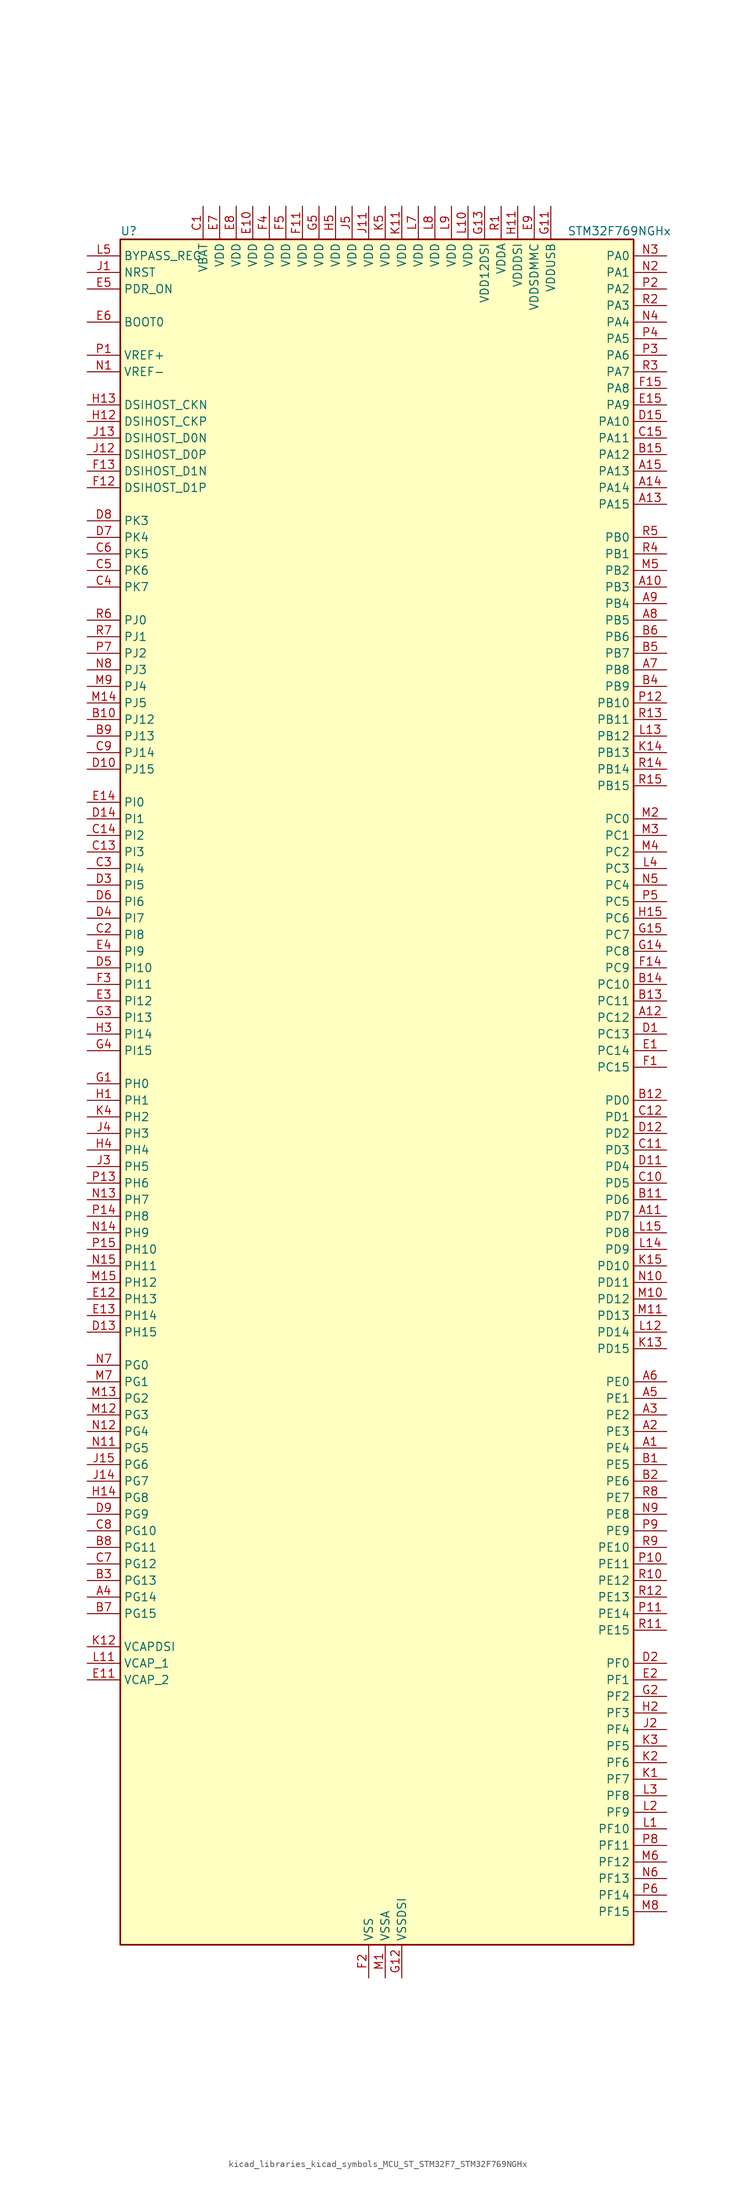
<source format=kicad_sym>
(kicad_symbol_lib
  (version 20220914)
  (generator kicad_symbol_editor)
  (symbol "kicad_libraries_kicad_symbols_MCU_ST_STM32F7_STM32F769NGHx"
    (property "Reference" "U"
      (at -38.1 133.35 0)
      (effects (font (size 1.27 1.27)) (justify left)))
    (property "Value" "STM32F769NGHx"
      (at 30.48 133.35 0)
      (effects (font (size 1.27 1.27)) (justify left)))
    (property "ki_locked" ""
      (at 0 0 0)
      (effects (font (size 1.27 1.27))))
    (symbol "kicad_libraries_kicad_symbols_MCU_ST_STM32F7_STM32F769NGHx_0_1"
      (rectangle (start -38.1 -129.54) (end 40.64 132.08) (stroke (width 0.254) (type default)) (fill (type background))))
    (symbol "kicad_libraries_kicad_symbols_MCU_ST_STM32F7_STM32F769NGHx_1_1"
      (pin bidirectional line (at 45.72 -53.34 180) (length 5.08) (name "PE4" (effects (font (size 1.27 1.27)))) (number "A1" (effects (font (size 1.27 1.27)))) (alternate "DCMI_D4" bidirectional line) (alternate "DFSDM1_DATIN3" bidirectional line) (alternate "FMC_A20" bidirectional line) (alternate "LTDC_B0" bidirectional line) (alternate "SAI1_FS_A" bidirectional line) (alternate "SPI4_NSS" bidirectional line) (alternate "SYS_TRACED1" bidirectional line))
      (pin bidirectional line (at 45.72 78.74 180) (length 5.08) (name "PB3" (effects (font (size 1.27 1.27)))) (number "A10" (effects (font (size 1.27 1.27)))) (alternate "CAN3_RX" bidirectional line) (alternate "I2S1_CK" bidirectional line) (alternate "I2S3_CK" bidirectional line) (alternate "SDMMC2_D2" bidirectional line) (alternate "SPI1_SCK" bidirectional line) (alternate "SPI3_SCK" bidirectional line) (alternate "SPI6_SCK" bidirectional line) (alternate "SYS_JTDO-SWO" bidirectional line) (alternate "TIM2_CH2" bidirectional line) (alternate "UART7_RX" bidirectional line))
      (pin bidirectional line (at 45.72 -17.78 180) (length 5.08) (name "PD7" (effects (font (size 1.27 1.27)))) (number "A11" (effects (font (size 1.27 1.27)))) (alternate "DFSDM1_CKIN1" bidirectional line) (alternate "DFSDM1_DATIN4" bidirectional line) (alternate "FMC_NE1" bidirectional line) (alternate "I2S1_SD" bidirectional line) (alternate "SDMMC2_CMD" bidirectional line) (alternate "SPDIFRX_IN0" bidirectional line) (alternate "SPI1_MOSI" bidirectional line) (alternate "USART2_CK" bidirectional line))
      (pin bidirectional line (at 45.72 12.7 180) (length 5.08) (name "PC12" (effects (font (size 1.27 1.27)))) (number "A12" (effects (font (size 1.27 1.27)))) (alternate "DCMI_D9" bidirectional line) (alternate "I2S3_SD" bidirectional line) (alternate "SDMMC1_CK" bidirectional line) (alternate "SPI3_MOSI" bidirectional line) (alternate "SYS_TRACED3" bidirectional line) (alternate "UART5_TX" bidirectional line) (alternate "USART3_CK" bidirectional line))
      (pin bidirectional line (at 45.72 91.44 180) (length 5.08) (name "PA15" (effects (font (size 1.27 1.27)))) (number "A13" (effects (font (size 1.27 1.27)))) (alternate "CAN3_TX" bidirectional line) (alternate "CEC" bidirectional line) (alternate "I2S1_WS" bidirectional line) (alternate "I2S3_WS" bidirectional line) (alternate "SPI1_NSS" bidirectional line) (alternate "SPI3_NSS" bidirectional line) (alternate "SPI6_NSS" bidirectional line) (alternate "SYS_JTDI" bidirectional line) (alternate "TIM2_CH1" bidirectional line) (alternate "TIM2_ETR" bidirectional line) (alternate "UART4_DE" bidirectional line) (alternate "UART4_RTS" bidirectional line) (alternate "UART7_TX" bidirectional line))
      (pin bidirectional line (at 45.72 93.98 180) (length 5.08) (name "PA14" (effects (font (size 1.27 1.27)))) (number "A14" (effects (font (size 1.27 1.27)))) (alternate "SYS_JTCK-SWCLK" bidirectional line))
      (pin bidirectional line (at 45.72 96.52 180) (length 5.08) (name "PA13" (effects (font (size 1.27 1.27)))) (number "A15" (effects (font (size 1.27 1.27)))) (alternate "SYS_JTMS-SWDIO" bidirectional line))
      (pin bidirectional line (at 45.72 -50.8 180) (length 5.08) (name "PE3" (effects (font (size 1.27 1.27)))) (number "A2" (effects (font (size 1.27 1.27)))) (alternate "FMC_A19" bidirectional line) (alternate "SAI1_SD_B" bidirectional line) (alternate "SYS_TRACED0" bidirectional line))
      (pin bidirectional line (at 45.72 -48.26 180) (length 5.08) (name "PE2" (effects (font (size 1.27 1.27)))) (number "A3" (effects (font (size 1.27 1.27)))) (alternate "ETH_TXD3" bidirectional line) (alternate "FMC_A23" bidirectional line) (alternate "QUADSPI_BK1_IO2" bidirectional line) (alternate "SAI1_MCLK_A" bidirectional line) (alternate "SPI4_SCK" bidirectional line) (alternate "SYS_TRACECLK" bidirectional line))
      (pin bidirectional line (at -43.18 -76.2 0) (length 5.08) (name "PG14" (effects (font (size 1.27 1.27)))) (number "A4" (effects (font (size 1.27 1.27)))) (alternate "ETH_TXD1" bidirectional line) (alternate "FMC_A25" bidirectional line) (alternate "LPTIM1_ETR" bidirectional line) (alternate "LTDC_B0" bidirectional line) (alternate "QUADSPI_BK2_IO3" bidirectional line) (alternate "SPI6_MOSI" bidirectional line) (alternate "SYS_TRACED1" bidirectional line) (alternate "USART6_TX" bidirectional line))
      (pin bidirectional line (at 45.72 -45.72 180) (length 5.08) (name "PE1" (effects (font (size 1.27 1.27)))) (number "A5" (effects (font (size 1.27 1.27)))) (alternate "DCMI_D3" bidirectional line) (alternate "FMC_NBL1" bidirectional line) (alternate "LPTIM1_IN2" bidirectional line) (alternate "UART8_TX" bidirectional line))
      (pin bidirectional line (at 45.72 -43.18 180) (length 5.08) (name "PE0" (effects (font (size 1.27 1.27)))) (number "A6" (effects (font (size 1.27 1.27)))) (alternate "DCMI_D2" bidirectional line) (alternate "FMC_NBL0" bidirectional line) (alternate "LPTIM1_ETR" bidirectional line) (alternate "SAI2_MCLK_A" bidirectional line) (alternate "TIM4_ETR" bidirectional line) (alternate "UART8_RX" bidirectional line))
      (pin bidirectional line (at 45.72 66.04 180) (length 5.08) (name "PB8" (effects (font (size 1.27 1.27)))) (number "A7" (effects (font (size 1.27 1.27)))) (alternate "CAN1_RX" bidirectional line) (alternate "DCMI_D6" bidirectional line) (alternate "DFSDM1_CKIN7" bidirectional line) (alternate "ETH_TXD3" bidirectional line) (alternate "I2C1_SCL" bidirectional line) (alternate "I2C4_SCL" bidirectional line) (alternate "LTDC_B6" bidirectional line) (alternate "SDMMC1_D4" bidirectional line) (alternate "SDMMC2_D4" bidirectional line) (alternate "TIM10_CH1" bidirectional line) (alternate "TIM4_CH3" bidirectional line) (alternate "UART5_RX" bidirectional line))
      (pin bidirectional line (at 45.72 73.66 180) (length 5.08) (name "PB5" (effects (font (size 1.27 1.27)))) (number "A8" (effects (font (size 1.27 1.27)))) (alternate "CAN2_RX" bidirectional line) (alternate "DCMI_D10" bidirectional line) (alternate "ETH_PPS_OUT" bidirectional line) (alternate "FMC_SDCKE1" bidirectional line) (alternate "I2C1_SMBA" bidirectional line) (alternate "I2S1_SD" bidirectional line) (alternate "I2S3_SD" bidirectional line) (alternate "LTDC_G7" bidirectional line) (alternate "SPI1_MOSI" bidirectional line) (alternate "SPI3_MOSI" bidirectional line) (alternate "SPI6_MOSI" bidirectional line) (alternate "TIM3_CH2" bidirectional line) (alternate "UART5_RX" bidirectional line) (alternate "USB_OTG_HS_ULPI_D7" bidirectional line))
      (pin bidirectional line (at 45.72 76.2 180) (length 5.08) (name "PB4" (effects (font (size 1.27 1.27)))) (number "A9" (effects (font (size 1.27 1.27)))) (alternate "CAN3_TX" bidirectional line) (alternate "I2S2_WS" bidirectional line) (alternate "SDMMC2_D3" bidirectional line) (alternate "SPI1_MISO" bidirectional line) (alternate "SPI2_NSS" bidirectional line) (alternate "SPI3_MISO" bidirectional line) (alternate "SPI6_MISO" bidirectional line) (alternate "SYS_JTRST" bidirectional line) (alternate "TIM3_CH1" bidirectional line) (alternate "UART7_TX" bidirectional line))
      (pin bidirectional line (at 45.72 -55.88 180) (length 5.08) (name "PE5" (effects (font (size 1.27 1.27)))) (number "B1" (effects (font (size 1.27 1.27)))) (alternate "DCMI_D6" bidirectional line) (alternate "DFSDM1_CKIN3" bidirectional line) (alternate "FMC_A21" bidirectional line) (alternate "LTDC_G0" bidirectional line) (alternate "SAI1_SCK_A" bidirectional line) (alternate "SPI4_MISO" bidirectional line) (alternate "SYS_TRACED2" bidirectional line) (alternate "TIM9_CH1" bidirectional line))
      (pin bidirectional line (at -43.18 58.42 0) (length 5.08) (name "PJ12" (effects (font (size 1.27 1.27)))) (number "B10" (effects (font (size 1.27 1.27)))) (alternate "LTDC_B0" bidirectional line) (alternate "LTDC_G3" bidirectional line))
      (pin bidirectional line (at 45.72 -15.24 180) (length 5.08) (name "PD6" (effects (font (size 1.27 1.27)))) (number "B11" (effects (font (size 1.27 1.27)))) (alternate "DCMI_D10" bidirectional line) (alternate "DFSDM1_CKIN4" bidirectional line) (alternate "DFSDM1_DATIN1" bidirectional line) (alternate "FMC_NWAIT" bidirectional line) (alternate "I2S3_SD" bidirectional line) (alternate "LTDC_B2" bidirectional line) (alternate "SAI1_SD_A" bidirectional line) (alternate "SDMMC2_CK" bidirectional line) (alternate "SPI3_MOSI" bidirectional line) (alternate "USART2_RX" bidirectional line))
      (pin bidirectional line (at 45.72 0 180) (length 5.08) (name "PD0" (effects (font (size 1.27 1.27)))) (number "B12" (effects (font (size 1.27 1.27)))) (alternate "CAN1_RX" bidirectional line) (alternate "DFSDM1_CKIN6" bidirectional line) (alternate "DFSDM1_DATIN7" bidirectional line) (alternate "FMC_D2" bidirectional line) (alternate "FMC_DA2" bidirectional line) (alternate "UART4_RX" bidirectional line))
      (pin bidirectional line (at 45.72 15.24 180) (length 5.08) (name "PC11" (effects (font (size 1.27 1.27)))) (number "B13" (effects (font (size 1.27 1.27)))) (alternate "ADC1_EXTI11" bidirectional line) (alternate "ADC2_EXTI11" bidirectional line) (alternate "ADC3_EXTI11" bidirectional line) (alternate "DCMI_D4" bidirectional line) (alternate "DFSDM1_DATIN5" bidirectional line) (alternate "QUADSPI_BK2_NCS" bidirectional line) (alternate "SDMMC1_D3" bidirectional line) (alternate "SPI3_MISO" bidirectional line) (alternate "UART4_RX" bidirectional line) (alternate "USART3_RX" bidirectional line))
      (pin bidirectional line (at 45.72 17.78 180) (length 5.08) (name "PC10" (effects (font (size 1.27 1.27)))) (number "B14" (effects (font (size 1.27 1.27)))) (alternate "DCMI_D8" bidirectional line) (alternate "DFSDM1_CKIN5" bidirectional line) (alternate "I2S3_CK" bidirectional line) (alternate "LTDC_R2" bidirectional line) (alternate "QUADSPI_BK1_IO1" bidirectional line) (alternate "SDMMC1_D2" bidirectional line) (alternate "SPI3_SCK" bidirectional line) (alternate "UART4_TX" bidirectional line) (alternate "USART3_TX" bidirectional line))
      (pin bidirectional line (at 45.72 99.06 180) (length 5.08) (name "PA12" (effects (font (size 1.27 1.27)))) (number "B15" (effects (font (size 1.27 1.27)))) (alternate "CAN1_TX" bidirectional line) (alternate "I2S2_CK" bidirectional line) (alternate "LTDC_R5" bidirectional line) (alternate "SAI2_FS_B" bidirectional line) (alternate "SPI2_SCK" bidirectional line) (alternate "TIM1_ETR" bidirectional line) (alternate "UART4_TX" bidirectional line) (alternate "USART1_DE" bidirectional line) (alternate "USART1_RTS" bidirectional line) (alternate "USB_OTG_FS_DP" bidirectional line))
      (pin bidirectional line (at 45.72 -58.42 180) (length 5.08) (name "PE6" (effects (font (size 1.27 1.27)))) (number "B2" (effects (font (size 1.27 1.27)))) (alternate "DCMI_D7" bidirectional line) (alternate "FMC_A22" bidirectional line) (alternate "LTDC_G1" bidirectional line) (alternate "SAI1_SD_A" bidirectional line) (alternate "SAI2_MCLK_B" bidirectional line) (alternate "SPI4_MOSI" bidirectional line) (alternate "SYS_TRACED3" bidirectional line) (alternate "TIM1_BKIN2" bidirectional line) (alternate "TIM9_CH2" bidirectional line))
      (pin bidirectional line (at -43.18 -73.66 0) (length 5.08) (name "PG13" (effects (font (size 1.27 1.27)))) (number "B3" (effects (font (size 1.27 1.27)))) (alternate "ETH_TXD0" bidirectional line) (alternate "FMC_A24" bidirectional line) (alternate "LPTIM1_OUT" bidirectional line) (alternate "LTDC_R0" bidirectional line) (alternate "SPI6_SCK" bidirectional line) (alternate "SYS_TRACED0" bidirectional line) (alternate "USART6_CTS" bidirectional line))
      (pin bidirectional line (at 45.72 63.5 180) (length 5.08) (name "PB9" (effects (font (size 1.27 1.27)))) (number "B4" (effects (font (size 1.27 1.27)))) (alternate "CAN1_TX" bidirectional line) (alternate "DAC_EXTI9" bidirectional line) (alternate "DCMI_D7" bidirectional line) (alternate "DFSDM1_DATIN7" bidirectional line) (alternate "I2C1_SDA" bidirectional line) (alternate "I2C4_SDA" bidirectional line) (alternate "I2C4_SMBA" bidirectional line) (alternate "I2S2_WS" bidirectional line) (alternate "LTDC_B7" bidirectional line) (alternate "SDMMC1_D5" bidirectional line) (alternate "SDMMC2_D5" bidirectional line) (alternate "SPI2_NSS" bidirectional line) (alternate "TIM11_CH1" bidirectional line) (alternate "TIM4_CH4" bidirectional line) (alternate "UART5_TX" bidirectional line))
      (pin bidirectional line (at 45.72 68.58 180) (length 5.08) (name "PB7" (effects (font (size 1.27 1.27)))) (number "B5" (effects (font (size 1.27 1.27)))) (alternate "DCMI_VSYNC" bidirectional line) (alternate "DFSDM1_CKIN5" bidirectional line) (alternate "FMC_NL" bidirectional line) (alternate "I2C1_SDA" bidirectional line) (alternate "I2C4_SDA" bidirectional line) (alternate "TIM4_CH2" bidirectional line) (alternate "USART1_RX" bidirectional line))
      (pin bidirectional line (at 45.72 71.12 180) (length 5.08) (name "PB6" (effects (font (size 1.27 1.27)))) (number "B6" (effects (font (size 1.27 1.27)))) (alternate "CAN2_TX" bidirectional line) (alternate "CEC" bidirectional line) (alternate "DCMI_D5" bidirectional line) (alternate "DFSDM1_DATIN5" bidirectional line) (alternate "FMC_SDNE1" bidirectional line) (alternate "I2C1_SCL" bidirectional line) (alternate "I2C4_SCL" bidirectional line) (alternate "QUADSPI_BK1_NCS" bidirectional line) (alternate "TIM4_CH1" bidirectional line) (alternate "UART5_TX" bidirectional line) (alternate "USART1_TX" bidirectional line))
      (pin bidirectional line (at -43.18 -78.74 0) (length 5.08) (name "PG15" (effects (font (size 1.27 1.27)))) (number "B7" (effects (font (size 1.27 1.27)))) (alternate "DCMI_D13" bidirectional line) (alternate "FMC_SDNCAS" bidirectional line) (alternate "USART6_CTS" bidirectional line))
      (pin bidirectional line (at -43.18 -68.58 0) (length 5.08) (name "PG11" (effects (font (size 1.27 1.27)))) (number "B8" (effects (font (size 1.27 1.27)))) (alternate "ADC1_EXTI11" bidirectional line) (alternate "ADC2_EXTI11" bidirectional line) (alternate "ADC3_EXTI11" bidirectional line) (alternate "DCMI_D3" bidirectional line) (alternate "ETH_TX_EN" bidirectional line) (alternate "I2S1_CK" bidirectional line) (alternate "LTDC_B3" bidirectional line) (alternate "SDMMC2_D2" bidirectional line) (alternate "SPDIFRX_IN0" bidirectional line) (alternate "SPI1_SCK" bidirectional line))
      (pin bidirectional line (at -43.18 55.88 0) (length 5.08) (name "PJ13" (effects (font (size 1.27 1.27)))) (number "B9" (effects (font (size 1.27 1.27)))) (alternate "LTDC_B1" bidirectional line) (alternate "LTDC_G4" bidirectional line))
      (pin power_in line (at -25.4 137.16 270) (length 5.08) (name "VBAT" (effects (font (size 1.27 1.27)))) (number "C1" (effects (font (size 1.27 1.27)))))
      (pin bidirectional line (at 45.72 -12.7 180) (length 5.08) (name "PD5" (effects (font (size 1.27 1.27)))) (number "C10" (effects (font (size 1.27 1.27)))) (alternate "FMC_NWE" bidirectional line) (alternate "USART2_TX" bidirectional line))
      (pin bidirectional line (at 45.72 -7.62 180) (length 5.08) (name "PD3" (effects (font (size 1.27 1.27)))) (number "C11" (effects (font (size 1.27 1.27)))) (alternate "DCMI_D5" bidirectional line) (alternate "DFSDM1_CKOUT" bidirectional line) (alternate "DFSDM1_DATIN0" bidirectional line) (alternate "FMC_CLK" bidirectional line) (alternate "I2S2_CK" bidirectional line) (alternate "LTDC_G7" bidirectional line) (alternate "SPI2_SCK" bidirectional line) (alternate "USART2_CTS" bidirectional line))
      (pin bidirectional line (at 45.72 -2.54 180) (length 5.08) (name "PD1" (effects (font (size 1.27 1.27)))) (number "C12" (effects (font (size 1.27 1.27)))) (alternate "CAN1_TX" bidirectional line) (alternate "DFSDM1_CKIN7" bidirectional line) (alternate "DFSDM1_DATIN6" bidirectional line) (alternate "FMC_D3" bidirectional line) (alternate "FMC_DA3" bidirectional line) (alternate "UART4_TX" bidirectional line))
      (pin bidirectional line (at -43.18 38.1 0) (length 5.08) (name "PI3" (effects (font (size 1.27 1.27)))) (number "C13" (effects (font (size 1.27 1.27)))) (alternate "DCMI_D10" bidirectional line) (alternate "FMC_D27" bidirectional line) (alternate "I2S2_SD" bidirectional line) (alternate "SPI2_MOSI" bidirectional line) (alternate "TIM8_ETR" bidirectional line))
      (pin bidirectional line (at -43.18 40.64 0) (length 5.08) (name "PI2" (effects (font (size 1.27 1.27)))) (number "C14" (effects (font (size 1.27 1.27)))) (alternate "DCMI_D9" bidirectional line) (alternate "FMC_D26" bidirectional line) (alternate "LTDC_G7" bidirectional line) (alternate "SPI2_MISO" bidirectional line) (alternate "TIM8_CH4" bidirectional line))
      (pin bidirectional line (at 45.72 101.6 180) (length 5.08) (name "PA11" (effects (font (size 1.27 1.27)))) (number "C15" (effects (font (size 1.27 1.27)))) (alternate "ADC1_EXTI11" bidirectional line) (alternate "ADC2_EXTI11" bidirectional line) (alternate "ADC3_EXTI11" bidirectional line) (alternate "CAN1_RX" bidirectional line) (alternate "I2S2_WS" bidirectional line) (alternate "LTDC_R4" bidirectional line) (alternate "SPI2_NSS" bidirectional line) (alternate "TIM1_CH4" bidirectional line) (alternate "UART4_RX" bidirectional line) (alternate "USART1_CTS" bidirectional line) (alternate "USB_OTG_FS_DM" bidirectional line))
      (pin bidirectional line (at -43.18 25.4 0) (length 5.08) (name "PI8" (effects (font (size 1.27 1.27)))) (number "C2" (effects (font (size 1.27 1.27)))) (alternate "RTC_TAMP2" bidirectional line) (alternate "RTC_TS" bidirectional line) (alternate "SYS_WKUP5" bidirectional line))
      (pin bidirectional line (at -43.18 35.56 0) (length 5.08) (name "PI4" (effects (font (size 1.27 1.27)))) (number "C3" (effects (font (size 1.27 1.27)))) (alternate "DCMI_D5" bidirectional line) (alternate "FMC_NBL2" bidirectional line) (alternate "LTDC_B4" bidirectional line) (alternate "SAI2_MCLK_A" bidirectional line) (alternate "TIM8_BKIN" bidirectional line))
      (pin bidirectional line (at -43.18 78.74 0) (length 5.08) (name "PK7" (effects (font (size 1.27 1.27)))) (number "C4" (effects (font (size 1.27 1.27)))) (alternate "LTDC_DE" bidirectional line))
      (pin bidirectional line (at -43.18 81.28 0) (length 5.08) (name "PK6" (effects (font (size 1.27 1.27)))) (number "C5" (effects (font (size 1.27 1.27)))) (alternate "LTDC_B7" bidirectional line))
      (pin bidirectional line (at -43.18 83.82 0) (length 5.08) (name "PK5" (effects (font (size 1.27 1.27)))) (number "C6" (effects (font (size 1.27 1.27)))) (alternate "LTDC_B6" bidirectional line))
      (pin bidirectional line (at -43.18 -71.12 0) (length 5.08) (name "PG12" (effects (font (size 1.27 1.27)))) (number "C7" (effects (font (size 1.27 1.27)))) (alternate "FMC_NE4" bidirectional line) (alternate "LPTIM1_IN1" bidirectional line) (alternate "LTDC_B1" bidirectional line) (alternate "LTDC_B4" bidirectional line) (alternate "SDMMC2_D3" bidirectional line) (alternate "SPDIFRX_IN1" bidirectional line) (alternate "SPI6_MISO" bidirectional line) (alternate "USART6_DE" bidirectional line) (alternate "USART6_RTS" bidirectional line))
      (pin bidirectional line (at -43.18 -66.04 0) (length 5.08) (name "PG10" (effects (font (size 1.27 1.27)))) (number "C8" (effects (font (size 1.27 1.27)))) (alternate "DCMI_D2" bidirectional line) (alternate "FMC_NE3" bidirectional line) (alternate "I2S1_WS" bidirectional line) (alternate "LTDC_B2" bidirectional line) (alternate "LTDC_G3" bidirectional line) (alternate "SAI2_SD_B" bidirectional line) (alternate "SDMMC2_D1" bidirectional line) (alternate "SPI1_NSS" bidirectional line))
      (pin bidirectional line (at -43.18 53.34 0) (length 5.08) (name "PJ14" (effects (font (size 1.27 1.27)))) (number "C9" (effects (font (size 1.27 1.27)))) (alternate "LTDC_B2" bidirectional line))
      (pin bidirectional line (at 45.72 10.16 180) (length 5.08) (name "PC13" (effects (font (size 1.27 1.27)))) (number "D1" (effects (font (size 1.27 1.27)))) (alternate "RTC_OUT" bidirectional line) (alternate "RTC_TAMP1" bidirectional line) (alternate "RTC_TS" bidirectional line) (alternate "SYS_WKUP4" bidirectional line))
      (pin bidirectional line (at -43.18 50.8 0) (length 5.08) (name "PJ15" (effects (font (size 1.27 1.27)))) (number "D10" (effects (font (size 1.27 1.27)))) (alternate "LTDC_B3" bidirectional line))
      (pin bidirectional line (at 45.72 -10.16 180) (length 5.08) (name "PD4" (effects (font (size 1.27 1.27)))) (number "D11" (effects (font (size 1.27 1.27)))) (alternate "DFSDM1_CKIN0" bidirectional line) (alternate "FMC_NOE" bidirectional line) (alternate "USART2_DE" bidirectional line) (alternate "USART2_RTS" bidirectional line))
      (pin bidirectional line (at 45.72 -5.08 180) (length 5.08) (name "PD2" (effects (font (size 1.27 1.27)))) (number "D12" (effects (font (size 1.27 1.27)))) (alternate "DCMI_D11" bidirectional line) (alternate "SDMMC1_CMD" bidirectional line) (alternate "SYS_TRACED2" bidirectional line) (alternate "TIM3_ETR" bidirectional line) (alternate "UART5_RX" bidirectional line))
      (pin bidirectional line (at -43.18 -35.56 0) (length 5.08) (name "PH15" (effects (font (size 1.27 1.27)))) (number "D13" (effects (font (size 1.27 1.27)))) (alternate "DCMI_D11" bidirectional line) (alternate "FMC_D23" bidirectional line) (alternate "LTDC_G4" bidirectional line) (alternate "TIM8_CH3N" bidirectional line))
      (pin bidirectional line (at -43.18 43.18 0) (length 5.08) (name "PI1" (effects (font (size 1.27 1.27)))) (number "D14" (effects (font (size 1.27 1.27)))) (alternate "DCMI_D8" bidirectional line) (alternate "FMC_D25" bidirectional line) (alternate "I2S2_CK" bidirectional line) (alternate "LTDC_G6" bidirectional line) (alternate "SPI2_SCK" bidirectional line) (alternate "TIM8_BKIN2" bidirectional line))
      (pin bidirectional line (at 45.72 104.14 180) (length 5.08) (name "PA10" (effects (font (size 1.27 1.27)))) (number "D15" (effects (font (size 1.27 1.27)))) (alternate "DCMI_D1" bidirectional line) (alternate "LTDC_B1" bidirectional line) (alternate "LTDC_B4" bidirectional line) (alternate "MDIOS_MDIO" bidirectional line) (alternate "TIM1_CH3" bidirectional line) (alternate "USART1_RX" bidirectional line) (alternate "USB_OTG_FS_ID" bidirectional line))
      (pin bidirectional line (at 45.72 -86.36 180) (length 5.08) (name "PF0" (effects (font (size 1.27 1.27)))) (number "D2" (effects (font (size 1.27 1.27)))) (alternate "FMC_A0" bidirectional line) (alternate "I2C2_SDA" bidirectional line))
      (pin bidirectional line (at -43.18 33.02 0) (length 5.08) (name "PI5" (effects (font (size 1.27 1.27)))) (number "D3" (effects (font (size 1.27 1.27)))) (alternate "DCMI_VSYNC" bidirectional line) (alternate "FMC_NBL3" bidirectional line) (alternate "LTDC_B5" bidirectional line) (alternate "SAI2_SCK_A" bidirectional line) (alternate "TIM8_CH1" bidirectional line))
      (pin bidirectional line (at -43.18 27.94 0) (length 5.08) (name "PI7" (effects (font (size 1.27 1.27)))) (number "D4" (effects (font (size 1.27 1.27)))) (alternate "DCMI_D7" bidirectional line) (alternate "FMC_D29" bidirectional line) (alternate "LTDC_B7" bidirectional line) (alternate "SAI2_FS_A" bidirectional line) (alternate "TIM8_CH3" bidirectional line))
      (pin bidirectional line (at -43.18 20.32 0) (length 5.08) (name "PI10" (effects (font (size 1.27 1.27)))) (number "D5" (effects (font (size 1.27 1.27)))) (alternate "ETH_RX_ER" bidirectional line) (alternate "FMC_D31" bidirectional line) (alternate "LTDC_HSYNC" bidirectional line))
      (pin bidirectional line (at -43.18 30.48 0) (length 5.08) (name "PI6" (effects (font (size 1.27 1.27)))) (number "D6" (effects (font (size 1.27 1.27)))) (alternate "DCMI_D6" bidirectional line) (alternate "FMC_D28" bidirectional line) (alternate "LTDC_B6" bidirectional line) (alternate "SAI2_SD_A" bidirectional line) (alternate "TIM8_CH2" bidirectional line))
      (pin bidirectional line (at -43.18 86.36 0) (length 5.08) (name "PK4" (effects (font (size 1.27 1.27)))) (number "D7" (effects (font (size 1.27 1.27)))) (alternate "LTDC_B5" bidirectional line))
      (pin bidirectional line (at -43.18 88.9 0) (length 5.08) (name "PK3" (effects (font (size 1.27 1.27)))) (number "D8" (effects (font (size 1.27 1.27)))) (alternate "LTDC_B4" bidirectional line))
      (pin bidirectional line (at -43.18 -63.5 0) (length 5.08) (name "PG9" (effects (font (size 1.27 1.27)))) (number "D9" (effects (font (size 1.27 1.27)))) (alternate "DAC_EXTI9" bidirectional line) (alternate "DCMI_VSYNC" bidirectional line) (alternate "FMC_NCE" bidirectional line) (alternate "FMC_NE2" bidirectional line) (alternate "QUADSPI_BK2_IO2" bidirectional line) (alternate "SAI2_FS_B" bidirectional line) (alternate "SDMMC2_D0" bidirectional line) (alternate "SPDIFRX_IN3" bidirectional line) (alternate "SPI1_MISO" bidirectional line) (alternate "USART6_RX" bidirectional line))
      (pin bidirectional line (at 45.72 7.62 180) (length 5.08) (name "PC14" (effects (font (size 1.27 1.27)))) (number "E1" (effects (font (size 1.27 1.27)))) (alternate "RCC_OSC32_IN" bidirectional line))
      (pin power_in line (at -17.78 137.16 270) (length 5.08) (name "VDD" (effects (font (size 1.27 1.27)))) (number "E10" (effects (font (size 1.27 1.27)))))
      (pin power_out line (at -43.18 -88.9 0) (length 5.08) (name "VCAP_2" (effects (font (size 1.27 1.27)))) (number "E11" (effects (font (size 1.27 1.27)))))
      (pin bidirectional line (at -43.18 -30.48 0) (length 5.08) (name "PH13" (effects (font (size 1.27 1.27)))) (number "E12" (effects (font (size 1.27 1.27)))) (alternate "CAN1_TX" bidirectional line) (alternate "FMC_D21" bidirectional line) (alternate "LTDC_G2" bidirectional line) (alternate "TIM8_CH1N" bidirectional line) (alternate "UART4_TX" bidirectional line))
      (pin bidirectional line (at -43.18 -33.02 0) (length 5.08) (name "PH14" (effects (font (size 1.27 1.27)))) (number "E13" (effects (font (size 1.27 1.27)))) (alternate "CAN1_RX" bidirectional line) (alternate "DCMI_D4" bidirectional line) (alternate "FMC_D22" bidirectional line) (alternate "LTDC_G3" bidirectional line) (alternate "TIM8_CH2N" bidirectional line) (alternate "UART4_RX" bidirectional line))
      (pin bidirectional line (at -43.18 45.72 0) (length 5.08) (name "PI0" (effects (font (size 1.27 1.27)))) (number "E14" (effects (font (size 1.27 1.27)))) (alternate "DCMI_D13" bidirectional line) (alternate "FMC_D24" bidirectional line) (alternate "I2S2_WS" bidirectional line) (alternate "LTDC_G5" bidirectional line) (alternate "SPI2_NSS" bidirectional line) (alternate "TIM5_CH4" bidirectional line))
      (pin bidirectional line (at 45.72 106.68 180) (length 5.08) (name "PA9" (effects (font (size 1.27 1.27)))) (number "E15" (effects (font (size 1.27 1.27)))) (alternate "DAC_EXTI9" bidirectional line) (alternate "DCMI_D0" bidirectional line) (alternate "I2C3_SMBA" bidirectional line) (alternate "I2S2_CK" bidirectional line) (alternate "LTDC_R5" bidirectional line) (alternate "SPI2_SCK" bidirectional line) (alternate "TIM1_CH2" bidirectional line) (alternate "USART1_TX" bidirectional line) (alternate "USB_OTG_FS_VBUS" bidirectional line))
      (pin bidirectional line (at 45.72 -88.9 180) (length 5.08) (name "PF1" (effects (font (size 1.27 1.27)))) (number "E2" (effects (font (size 1.27 1.27)))) (alternate "FMC_A1" bidirectional line) (alternate "I2C2_SCL" bidirectional line))
      (pin bidirectional line (at -43.18 15.24 0) (length 5.08) (name "PI12" (effects (font (size 1.27 1.27)))) (number "E3" (effects (font (size 1.27 1.27)))) (alternate "LTDC_HSYNC" bidirectional line))
      (pin bidirectional line (at -43.18 22.86 0) (length 5.08) (name "PI9" (effects (font (size 1.27 1.27)))) (number "E4" (effects (font (size 1.27 1.27)))) (alternate "CAN1_RX" bidirectional line) (alternate "DAC_EXTI9" bidirectional line) (alternate "FMC_D30" bidirectional line) (alternate "LTDC_VSYNC" bidirectional line) (alternate "UART4_RX" bidirectional line))
      (pin input line (at -43.18 124.46 0) (length 5.08) (name "PDR_ON" (effects (font (size 1.27 1.27)))) (number "E5" (effects (font (size 1.27 1.27)))))
      (pin input line (at -43.18 119.38 0) (length 5.08) (name "BOOT0" (effects (font (size 1.27 1.27)))) (number "E6" (effects (font (size 1.27 1.27)))))
      (pin power_in line (at -22.86 137.16 270) (length 5.08) (name "VDD" (effects (font (size 1.27 1.27)))) (number "E7" (effects (font (size 1.27 1.27)))))
      (pin power_in line (at -20.32 137.16 270) (length 5.08) (name "VDD" (effects (font (size 1.27 1.27)))) (number "E8" (effects (font (size 1.27 1.27)))))
      (pin power_in line (at 25.4 137.16 270) (length 5.08) (name "VDDSDMMC" (effects (font (size 1.27 1.27)))) (number "E9" (effects (font (size 1.27 1.27)))))
      (pin bidirectional line (at 45.72 5.08 180) (length 5.08) (name "PC15" (effects (font (size 1.27 1.27)))) (number "F1" (effects (font (size 1.27 1.27)))) (alternate "RCC_OSC32_OUT" bidirectional line))
      (pin passive line (at 0 -134.62 90) (length 5.08) hide (name "VSS" (effects (font (size 1.27 1.27)))) (number "F10" (effects (font (size 1.27 1.27)))))
      (pin power_in line (at -10.16 137.16 270) (length 5.08) (name "VDD" (effects (font (size 1.27 1.27)))) (number "F11" (effects (font (size 1.27 1.27)))))
      (pin bidirectional line (at -43.18 93.98 0) (length 5.08) (name "DSIHOST_D1P" (effects (font (size 1.27 1.27)))) (number "F12" (effects (font (size 1.27 1.27)))) (alternate "DSIHOST_D1P" bidirectional line))
      (pin bidirectional line (at -43.18 96.52 0) (length 5.08) (name "DSIHOST_D1N" (effects (font (size 1.27 1.27)))) (number "F13" (effects (font (size 1.27 1.27)))) (alternate "DSIHOST_D1N" bidirectional line))
      (pin bidirectional line (at 45.72 20.32 180) (length 5.08) (name "PC9" (effects (font (size 1.27 1.27)))) (number "F14" (effects (font (size 1.27 1.27)))) (alternate "DAC_EXTI9" bidirectional line) (alternate "DCMI_D3" bidirectional line) (alternate "I2C3_SDA" bidirectional line) (alternate "I2S_CKIN" bidirectional line) (alternate "LTDC_B2" bidirectional line) (alternate "LTDC_G3" bidirectional line) (alternate "QUADSPI_BK1_IO0" bidirectional line) (alternate "RCC_MCO_2" bidirectional line) (alternate "SDMMC1_D1" bidirectional line) (alternate "TIM3_CH4" bidirectional line) (alternate "TIM8_CH4" bidirectional line) (alternate "UART5_CTS" bidirectional line))
      (pin bidirectional line (at 45.72 109.22 180) (length 5.08) (name "PA8" (effects (font (size 1.27 1.27)))) (number "F15" (effects (font (size 1.27 1.27)))) (alternate "CAN3_RX" bidirectional line) (alternate "I2C3_SCL" bidirectional line) (alternate "LTDC_B3" bidirectional line) (alternate "LTDC_R6" bidirectional line) (alternate "RCC_MCO_1" bidirectional line) (alternate "TIM1_CH1" bidirectional line) (alternate "TIM8_BKIN2" bidirectional line) (alternate "UART7_RX" bidirectional line) (alternate "USART1_CK" bidirectional line) (alternate "USB_OTG_FS_SOF" bidirectional line))
      (pin power_in line (at 0 -134.62 90) (length 5.08) (name "VSS" (effects (font (size 1.27 1.27)))) (number "F2" (effects (font (size 1.27 1.27)))))
      (pin bidirectional line (at -43.18 17.78 0) (length 5.08) (name "PI11" (effects (font (size 1.27 1.27)))) (number "F3" (effects (font (size 1.27 1.27)))) (alternate "ADC1_EXTI11" bidirectional line) (alternate "ADC2_EXTI11" bidirectional line) (alternate "ADC3_EXTI11" bidirectional line) (alternate "LTDC_G6" bidirectional line) (alternate "SYS_WKUP6" bidirectional line) (alternate "USB_OTG_HS_ULPI_DIR" bidirectional line))
      (pin power_in line (at -15.24 137.16 270) (length 5.08) (name "VDD" (effects (font (size 1.27 1.27)))) (number "F4" (effects (font (size 1.27 1.27)))))
      (pin power_in line (at -12.7 137.16 270) (length 5.08) (name "VDD" (effects (font (size 1.27 1.27)))) (number "F5" (effects (font (size 1.27 1.27)))))
      (pin passive line (at 0 -134.62 90) (length 5.08) hide (name "VSS" (effects (font (size 1.27 1.27)))) (number "F6" (effects (font (size 1.27 1.27)))))
      (pin passive line (at 0 -134.62 90) (length 5.08) hide (name "VSS" (effects (font (size 1.27 1.27)))) (number "F7" (effects (font (size 1.27 1.27)))))
      (pin passive line (at 0 -134.62 90) (length 5.08) hide (name "VSS" (effects (font (size 1.27 1.27)))) (number "F8" (effects (font (size 1.27 1.27)))))
      (pin passive line (at 0 -134.62 90) (length 5.08) hide (name "VSS" (effects (font (size 1.27 1.27)))) (number "F9" (effects (font (size 1.27 1.27)))))
      (pin bidirectional line (at -43.18 2.54 0) (length 5.08) (name "PH0" (effects (font (size 1.27 1.27)))) (number "G1" (effects (font (size 1.27 1.27)))) (alternate "RCC_OSC_IN" bidirectional line))
      (pin passive line (at 0 -134.62 90) (length 5.08) hide (name "VSS" (effects (font (size 1.27 1.27)))) (number "G10" (effects (font (size 1.27 1.27)))))
      (pin power_in line (at 27.94 137.16 270) (length 5.08) (name "VDDUSB" (effects (font (size 1.27 1.27)))) (number "G11" (effects (font (size 1.27 1.27)))))
      (pin power_in line (at 5.08 -134.62 90) (length 5.08) (name "VSSDSI" (effects (font (size 1.27 1.27)))) (number "G12" (effects (font (size 1.27 1.27)))))
      (pin power_in line (at 17.78 137.16 270) (length 5.08) (name "VDD12DSI" (effects (font (size 1.27 1.27)))) (number "G13" (effects (font (size 1.27 1.27)))))
      (pin bidirectional line (at 45.72 22.86 180) (length 5.08) (name "PC8" (effects (font (size 1.27 1.27)))) (number "G14" (effects (font (size 1.27 1.27)))) (alternate "DCMI_D2" bidirectional line) (alternate "FMC_NCE" bidirectional line) (alternate "FMC_NE2" bidirectional line) (alternate "SDMMC1_D0" bidirectional line) (alternate "SYS_TRACED1" bidirectional line) (alternate "TIM3_CH3" bidirectional line) (alternate "TIM8_CH3" bidirectional line) (alternate "UART5_DE" bidirectional line) (alternate "UART5_RTS" bidirectional line) (alternate "USART6_CK" bidirectional line))
      (pin bidirectional line (at 45.72 25.4 180) (length 5.08) (name "PC7" (effects (font (size 1.27 1.27)))) (number "G15" (effects (font (size 1.27 1.27)))) (alternate "DCMI_D1" bidirectional line) (alternate "DFSDM1_DATIN3" bidirectional line) (alternate "FMC_NE1" bidirectional line) (alternate "I2S3_MCK" bidirectional line) (alternate "LTDC_G6" bidirectional line) (alternate "SDMMC1_D7" bidirectional line) (alternate "SDMMC2_D7" bidirectional line) (alternate "TIM3_CH2" bidirectional line) (alternate "TIM8_CH2" bidirectional line) (alternate "USART6_RX" bidirectional line))
      (pin bidirectional line (at 45.72 -91.44 180) (length 5.08) (name "PF2" (effects (font (size 1.27 1.27)))) (number "G2" (effects (font (size 1.27 1.27)))) (alternate "FMC_A2" bidirectional line) (alternate "I2C2_SMBA" bidirectional line))
      (pin bidirectional line (at -43.18 12.7 0) (length 5.08) (name "PI13" (effects (font (size 1.27 1.27)))) (number "G3" (effects (font (size 1.27 1.27)))) (alternate "LTDC_VSYNC" bidirectional line))
      (pin bidirectional line (at -43.18 7.62 0) (length 5.08) (name "PI15" (effects (font (size 1.27 1.27)))) (number "G4" (effects (font (size 1.27 1.27)))) (alternate "LTDC_G2" bidirectional line) (alternate "LTDC_R0" bidirectional line))
      (pin power_in line (at -7.62 137.16 270) (length 5.08) (name "VDD" (effects (font (size 1.27 1.27)))) (number "G5" (effects (font (size 1.27 1.27)))))
      (pin passive line (at 0 -134.62 90) (length 5.08) hide (name "VSS" (effects (font (size 1.27 1.27)))) (number "G6" (effects (font (size 1.27 1.27)))))
      (pin bidirectional line (at -43.18 0 0) (length 5.08) (name "PH1" (effects (font (size 1.27 1.27)))) (number "H1" (effects (font (size 1.27 1.27)))) (alternate "RCC_OSC_OUT" bidirectional line))
      (pin passive line (at 0 -134.62 90) (length 5.08) hide (name "VSS" (effects (font (size 1.27 1.27)))) (number "H10" (effects (font (size 1.27 1.27)))))
      (pin power_in line (at 22.86 137.16 270) (length 5.08) (name "VDDDSI" (effects (font (size 1.27 1.27)))) (number "H11" (effects (font (size 1.27 1.27)))))
      (pin bidirectional line (at -43.18 104.14 0) (length 5.08) (name "DSIHOST_CKP" (effects (font (size 1.27 1.27)))) (number "H12" (effects (font (size 1.27 1.27)))) (alternate "DSIHOST_CKP" bidirectional line))
      (pin bidirectional line (at -43.18 106.68 0) (length 5.08) (name "DSIHOST_CKN" (effects (font (size 1.27 1.27)))) (number "H13" (effects (font (size 1.27 1.27)))) (alternate "DSIHOST_CKN" bidirectional line))
      (pin bidirectional line (at -43.18 -60.96 0) (length 5.08) (name "PG8" (effects (font (size 1.27 1.27)))) (number "H14" (effects (font (size 1.27 1.27)))) (alternate "ETH_PPS_OUT" bidirectional line) (alternate "FMC_SDCLK" bidirectional line) (alternate "LTDC_G7" bidirectional line) (alternate "SPDIFRX_IN2" bidirectional line) (alternate "SPI6_NSS" bidirectional line) (alternate "USART6_DE" bidirectional line) (alternate "USART6_RTS" bidirectional line))
      (pin bidirectional line (at 45.72 27.94 180) (length 5.08) (name "PC6" (effects (font (size 1.27 1.27)))) (number "H15" (effects (font (size 1.27 1.27)))) (alternate "DCMI_D0" bidirectional line) (alternate "DFSDM1_CKIN3" bidirectional line) (alternate "FMC_NWAIT" bidirectional line) (alternate "I2S2_MCK" bidirectional line) (alternate "LTDC_HSYNC" bidirectional line) (alternate "SDMMC1_D6" bidirectional line) (alternate "SDMMC2_D6" bidirectional line) (alternate "TIM3_CH1" bidirectional line) (alternate "TIM8_CH1" bidirectional line) (alternate "USART6_TX" bidirectional line))
      (pin bidirectional line (at 45.72 -93.98 180) (length 5.08) (name "PF3" (effects (font (size 1.27 1.27)))) (number "H2" (effects (font (size 1.27 1.27)))) (alternate "ADC3_IN9" bidirectional line) (alternate "FMC_A3" bidirectional line))
      (pin bidirectional line (at -43.18 10.16 0) (length 5.08) (name "PI14" (effects (font (size 1.27 1.27)))) (number "H3" (effects (font (size 1.27 1.27)))) (alternate "LTDC_CLK" bidirectional line))
      (pin bidirectional line (at -43.18 -7.62 0) (length 5.08) (name "PH4" (effects (font (size 1.27 1.27)))) (number "H4" (effects (font (size 1.27 1.27)))) (alternate "I2C2_SCL" bidirectional line) (alternate "LTDC_G4" bidirectional line) (alternate "LTDC_G5" bidirectional line) (alternate "USB_OTG_HS_ULPI_NXT" bidirectional line))
      (pin power_in line (at -5.08 137.16 270) (length 5.08) (name "VDD" (effects (font (size 1.27 1.27)))) (number "H5" (effects (font (size 1.27 1.27)))))
      (pin passive line (at 0 -134.62 90) (length 5.08) hide (name "VSS" (effects (font (size 1.27 1.27)))) (number "H6" (effects (font (size 1.27 1.27)))))
      (pin input line (at -43.18 127 0) (length 5.08) (name "NRST" (effects (font (size 1.27 1.27)))) (number "J1" (effects (font (size 1.27 1.27)))))
      (pin passive line (at 0 -134.62 90) (length 5.08) hide (name "VSS" (effects (font (size 1.27 1.27)))) (number "J10" (effects (font (size 1.27 1.27)))))
      (pin power_in line (at 0 137.16 270) (length 5.08) (name "VDD" (effects (font (size 1.27 1.27)))) (number "J11" (effects (font (size 1.27 1.27)))))
      (pin bidirectional line (at -43.18 99.06 0) (length 5.08) (name "DSIHOST_D0P" (effects (font (size 1.27 1.27)))) (number "J12" (effects (font (size 1.27 1.27)))) (alternate "DSIHOST_D0P" bidirectional line))
      (pin bidirectional line (at -43.18 101.6 0) (length 5.08) (name "DSIHOST_D0N" (effects (font (size 1.27 1.27)))) (number "J13" (effects (font (size 1.27 1.27)))) (alternate "DSIHOST_D0N" bidirectional line))
      (pin bidirectional line (at -43.18 -58.42 0) (length 5.08) (name "PG7" (effects (font (size 1.27 1.27)))) (number "J14" (effects (font (size 1.27 1.27)))) (alternate "DCMI_D13" bidirectional line) (alternate "FMC_INT" bidirectional line) (alternate "LTDC_CLK" bidirectional line) (alternate "SAI1_MCLK_A" bidirectional line) (alternate "USART6_CK" bidirectional line))
      (pin bidirectional line (at -43.18 -55.88 0) (length 5.08) (name "PG6" (effects (font (size 1.27 1.27)))) (number "J15" (effects (font (size 1.27 1.27)))) (alternate "DCMI_D12" bidirectional line) (alternate "FMC_NE3" bidirectional line) (alternate "LTDC_R7" bidirectional line))
      (pin bidirectional line (at 45.72 -96.52 180) (length 5.08) (name "PF4" (effects (font (size 1.27 1.27)))) (number "J2" (effects (font (size 1.27 1.27)))) (alternate "ADC3_IN14" bidirectional line) (alternate "FMC_A4" bidirectional line))
      (pin bidirectional line (at -43.18 -10.16 0) (length 5.08) (name "PH5" (effects (font (size 1.27 1.27)))) (number "J3" (effects (font (size 1.27 1.27)))) (alternate "FMC_SDNWE" bidirectional line) (alternate "I2C2_SDA" bidirectional line) (alternate "SPI5_NSS" bidirectional line))
      (pin bidirectional line (at -43.18 -5.08 0) (length 5.08) (name "PH3" (effects (font (size 1.27 1.27)))) (number "J4" (effects (font (size 1.27 1.27)))) (alternate "ETH_COL" bidirectional line) (alternate "FMC_SDNE0" bidirectional line) (alternate "LTDC_R1" bidirectional line) (alternate "QUADSPI_BK2_IO1" bidirectional line) (alternate "SAI2_MCLK_B" bidirectional line))
      (pin power_in line (at -2.54 137.16 270) (length 5.08) (name "VDD" (effects (font (size 1.27 1.27)))) (number "J5" (effects (font (size 1.27 1.27)))))
      (pin passive line (at 0 -134.62 90) (length 5.08) hide (name "VSS" (effects (font (size 1.27 1.27)))) (number "J6" (effects (font (size 1.27 1.27)))))
      (pin bidirectional line (at 45.72 -104.14 180) (length 5.08) (name "PF7" (effects (font (size 1.27 1.27)))) (number "K1" (effects (font (size 1.27 1.27)))) (alternate "ADC3_IN5" bidirectional line) (alternate "QUADSPI_BK1_IO2" bidirectional line) (alternate "SAI1_MCLK_B" bidirectional line) (alternate "SPI5_SCK" bidirectional line) (alternate "TIM11_CH1" bidirectional line) (alternate "UART7_TX" bidirectional line))
      (pin passive line (at 0 -134.62 90) (length 5.08) hide (name "VSS" (effects (font (size 1.27 1.27)))) (number "K10" (effects (font (size 1.27 1.27)))))
      (pin power_in line (at 5.08 137.16 270) (length 5.08) (name "VDD" (effects (font (size 1.27 1.27)))) (number "K11" (effects (font (size 1.27 1.27)))))
      (pin power_out line (at -43.18 -83.82 0) (length 5.08) (name "VCAPDSI" (effects (font (size 1.27 1.27)))) (number "K12" (effects (font (size 1.27 1.27)))))
      (pin bidirectional line (at 45.72 -38.1 180) (length 5.08) (name "PD15" (effects (font (size 1.27 1.27)))) (number "K13" (effects (font (size 1.27 1.27)))) (alternate "FMC_D1" bidirectional line) (alternate "FMC_DA1" bidirectional line) (alternate "TIM4_CH4" bidirectional line) (alternate "UART8_DE" bidirectional line) (alternate "UART8_RTS" bidirectional line))
      (pin bidirectional line (at 45.72 53.34 180) (length 5.08) (name "PB13" (effects (font (size 1.27 1.27)))) (number "K14" (effects (font (size 1.27 1.27)))) (alternate "CAN2_TX" bidirectional line) (alternate "DFSDM1_CKIN1" bidirectional line) (alternate "ETH_TXD1" bidirectional line) (alternate "I2S2_CK" bidirectional line) (alternate "SPI2_SCK" bidirectional line) (alternate "TIM1_CH1N" bidirectional line) (alternate "UART5_TX" bidirectional line) (alternate "USART3_CTS" bidirectional line) (alternate "USB_OTG_HS_ULPI_D6" bidirectional line) (alternate "USB_OTG_HS_VBUS" bidirectional line))
      (pin bidirectional line (at 45.72 -25.4 180) (length 5.08) (name "PD10" (effects (font (size 1.27 1.27)))) (number "K15" (effects (font (size 1.27 1.27)))) (alternate "DFSDM1_CKOUT" bidirectional line) (alternate "FMC_D15" bidirectional line) (alternate "FMC_DA15" bidirectional line) (alternate "LTDC_B3" bidirectional line) (alternate "USART3_CK" bidirectional line))
      (pin bidirectional line (at 45.72 -101.6 180) (length 5.08) (name "PF6" (effects (font (size 1.27 1.27)))) (number "K2" (effects (font (size 1.27 1.27)))) (alternate "ADC3_IN4" bidirectional line) (alternate "QUADSPI_BK1_IO3" bidirectional line) (alternate "SAI1_SD_B" bidirectional line) (alternate "SPI5_NSS" bidirectional line) (alternate "TIM10_CH1" bidirectional line) (alternate "UART7_RX" bidirectional line))
      (pin bidirectional line (at 45.72 -99.06 180) (length 5.08) (name "PF5" (effects (font (size 1.27 1.27)))) (number "K3" (effects (font (size 1.27 1.27)))) (alternate "ADC3_IN15" bidirectional line) (alternate "FMC_A5" bidirectional line))
      (pin bidirectional line (at -43.18 -2.54 0) (length 5.08) (name "PH2" (effects (font (size 1.27 1.27)))) (number "K4" (effects (font (size 1.27 1.27)))) (alternate "ETH_CRS" bidirectional line) (alternate "FMC_SDCKE0" bidirectional line) (alternate "LPTIM1_IN2" bidirectional line) (alternate "LTDC_R0" bidirectional line) (alternate "QUADSPI_BK2_IO0" bidirectional line) (alternate "SAI2_SCK_B" bidirectional line))
      (pin power_in line (at 2.54 137.16 270) (length 5.08) (name "VDD" (effects (font (size 1.27 1.27)))) (number "K5" (effects (font (size 1.27 1.27)))))
      (pin passive line (at 0 -134.62 90) (length 5.08) hide (name "VSS" (effects (font (size 1.27 1.27)))) (number "K6" (effects (font (size 1.27 1.27)))))
      (pin passive line (at 0 -134.62 90) (length 5.08) hide (name "VSS" (effects (font (size 1.27 1.27)))) (number "K7" (effects (font (size 1.27 1.27)))))
      (pin passive line (at 0 -134.62 90) (length 5.08) hide (name "VSS" (effects (font (size 1.27 1.27)))) (number "K8" (effects (font (size 1.27 1.27)))))
      (pin passive line (at 0 -134.62 90) (length 5.08) hide (name "VSS" (effects (font (size 1.27 1.27)))) (number "K9" (effects (font (size 1.27 1.27)))))
      (pin bidirectional line (at 45.72 -111.76 180) (length 5.08) (name "PF10" (effects (font (size 1.27 1.27)))) (number "L1" (effects (font (size 1.27 1.27)))) (alternate "ADC3_IN8" bidirectional line) (alternate "DCMI_D11" bidirectional line) (alternate "LTDC_DE" bidirectional line) (alternate "QUADSPI_CLK" bidirectional line))
      (pin power_in line (at 15.24 137.16 270) (length 5.08) (name "VDD" (effects (font (size 1.27 1.27)))) (number "L10" (effects (font (size 1.27 1.27)))))
      (pin power_out line (at -43.18 -86.36 0) (length 5.08) (name "VCAP_1" (effects (font (size 1.27 1.27)))) (number "L11" (effects (font (size 1.27 1.27)))))
      (pin bidirectional line (at 45.72 -35.56 180) (length 5.08) (name "PD14" (effects (font (size 1.27 1.27)))) (number "L12" (effects (font (size 1.27 1.27)))) (alternate "FMC_D0" bidirectional line) (alternate "FMC_DA0" bidirectional line) (alternate "TIM4_CH3" bidirectional line) (alternate "UART8_CTS" bidirectional line))
      (pin bidirectional line (at 45.72 55.88 180) (length 5.08) (name "PB12" (effects (font (size 1.27 1.27)))) (number "L13" (effects (font (size 1.27 1.27)))) (alternate "CAN2_RX" bidirectional line) (alternate "DFSDM1_DATIN1" bidirectional line) (alternate "ETH_TXD0" bidirectional line) (alternate "I2C2_SMBA" bidirectional line) (alternate "I2S2_WS" bidirectional line) (alternate "SPI2_NSS" bidirectional line) (alternate "TIM1_BKIN" bidirectional line) (alternate "UART5_RX" bidirectional line) (alternate "USART3_CK" bidirectional line) (alternate "USB_OTG_HS_ID" bidirectional line) (alternate "USB_OTG_HS_ULPI_D5" bidirectional line))
      (pin bidirectional line (at 45.72 -22.86 180) (length 5.08) (name "PD9" (effects (font (size 1.27 1.27)))) (number "L14" (effects (font (size 1.27 1.27)))) (alternate "DAC_EXTI9" bidirectional line) (alternate "DFSDM1_DATIN3" bidirectional line) (alternate "FMC_D14" bidirectional line) (alternate "FMC_DA14" bidirectional line) (alternate "USART3_RX" bidirectional line))
      (pin bidirectional line (at 45.72 -20.32 180) (length 5.08) (name "PD8" (effects (font (size 1.27 1.27)))) (number "L15" (effects (font (size 1.27 1.27)))) (alternate "DFSDM1_CKIN3" bidirectional line) (alternate "FMC_D13" bidirectional line) (alternate "FMC_DA13" bidirectional line) (alternate "SPDIFRX_IN1" bidirectional line) (alternate "USART3_TX" bidirectional line))
      (pin bidirectional line (at 45.72 -109.22 180) (length 5.08) (name "PF9" (effects (font (size 1.27 1.27)))) (number "L2" (effects (font (size 1.27 1.27)))) (alternate "ADC3_IN7" bidirectional line) (alternate "DAC_EXTI9" bidirectional line) (alternate "QUADSPI_BK1_IO1" bidirectional line) (alternate "SAI1_FS_B" bidirectional line) (alternate "SPI5_MOSI" bidirectional line) (alternate "TIM14_CH1" bidirectional line) (alternate "UART7_CTS" bidirectional line))
      (pin bidirectional line (at 45.72 -106.68 180) (length 5.08) (name "PF8" (effects (font (size 1.27 1.27)))) (number "L3" (effects (font (size 1.27 1.27)))) (alternate "ADC3_IN6" bidirectional line) (alternate "QUADSPI_BK1_IO0" bidirectional line) (alternate "SAI1_SCK_B" bidirectional line) (alternate "SPI5_MISO" bidirectional line) (alternate "TIM13_CH1" bidirectional line) (alternate "UART7_DE" bidirectional line) (alternate "UART7_RTS" bidirectional line))
      (pin bidirectional line (at 45.72 35.56 180) (length 5.08) (name "PC3" (effects (font (size 1.27 1.27)))) (number "L4" (effects (font (size 1.27 1.27)))) (alternate "ADC1_IN13" bidirectional line) (alternate "ADC2_IN13" bidirectional line) (alternate "ADC3_IN13" bidirectional line) (alternate "DFSDM1_DATIN1" bidirectional line) (alternate "ETH_TX_CLK" bidirectional line) (alternate "FMC_SDCKE0" bidirectional line) (alternate "I2S2_SD" bidirectional line) (alternate "SPI2_MOSI" bidirectional line) (alternate "USB_OTG_HS_ULPI_NXT" bidirectional line))
      (pin input line (at -43.18 129.54 0) (length 5.08) (name "BYPASS_REG" (effects (font (size 1.27 1.27)))) (number "L5" (effects (font (size 1.27 1.27)))))
      (pin passive line (at 0 -134.62 90) (length 5.08) hide (name "VSS" (effects (font (size 1.27 1.27)))) (number "L6" (effects (font (size 1.27 1.27)))))
      (pin power_in line (at 7.62 137.16 270) (length 5.08) (name "VDD" (effects (font (size 1.27 1.27)))) (number "L7" (effects (font (size 1.27 1.27)))))
      (pin power_in line (at 10.16 137.16 270) (length 5.08) (name "VDD" (effects (font (size 1.27 1.27)))) (number "L8" (effects (font (size 1.27 1.27)))))
      (pin power_in line (at 12.7 137.16 270) (length 5.08) (name "VDD" (effects (font (size 1.27 1.27)))) (number "L9" (effects (font (size 1.27 1.27)))))
      (pin power_in line (at 2.54 -134.62 90) (length 5.08) (name "VSSA" (effects (font (size 1.27 1.27)))) (number "M1" (effects (font (size 1.27 1.27)))))
      (pin bidirectional line (at 45.72 -30.48 180) (length 5.08) (name "PD12" (effects (font (size 1.27 1.27)))) (number "M10" (effects (font (size 1.27 1.27)))) (alternate "FMC_A17" bidirectional line) (alternate "FMC_ALE" bidirectional line) (alternate "I2C4_SCL" bidirectional line) (alternate "LPTIM1_IN1" bidirectional line) (alternate "QUADSPI_BK1_IO1" bidirectional line) (alternate "SAI2_FS_A" bidirectional line) (alternate "TIM4_CH1" bidirectional line) (alternate "USART3_DE" bidirectional line) (alternate "USART3_RTS" bidirectional line))
      (pin bidirectional line (at 45.72 -33.02 180) (length 5.08) (name "PD13" (effects (font (size 1.27 1.27)))) (number "M11" (effects (font (size 1.27 1.27)))) (alternate "FMC_A18" bidirectional line) (alternate "I2C4_SDA" bidirectional line) (alternate "LPTIM1_OUT" bidirectional line) (alternate "QUADSPI_BK1_IO3" bidirectional line) (alternate "SAI2_SCK_A" bidirectional line) (alternate "TIM4_CH2" bidirectional line))
      (pin bidirectional line (at -43.18 -48.26 0) (length 5.08) (name "PG3" (effects (font (size 1.27 1.27)))) (number "M12" (effects (font (size 1.27 1.27)))) (alternate "FMC_A13" bidirectional line))
      (pin bidirectional line (at -43.18 -45.72 0) (length 5.08) (name "PG2" (effects (font (size 1.27 1.27)))) (number "M13" (effects (font (size 1.27 1.27)))) (alternate "FMC_A12" bidirectional line))
      (pin bidirectional line (at -43.18 60.96 0) (length 5.08) (name "PJ5" (effects (font (size 1.27 1.27)))) (number "M14" (effects (font (size 1.27 1.27)))) (alternate "LTDC_R6" bidirectional line))
      (pin bidirectional line (at -43.18 -27.94 0) (length 5.08) (name "PH12" (effects (font (size 1.27 1.27)))) (number "M15" (effects (font (size 1.27 1.27)))) (alternate "DCMI_D3" bidirectional line) (alternate "FMC_D20" bidirectional line) (alternate "I2C4_SDA" bidirectional line) (alternate "LTDC_R6" bidirectional line) (alternate "TIM5_CH3" bidirectional line))
      (pin bidirectional line (at 45.72 43.18 180) (length 5.08) (name "PC0" (effects (font (size 1.27 1.27)))) (number "M2" (effects (font (size 1.27 1.27)))) (alternate "ADC1_IN10" bidirectional line) (alternate "ADC2_IN10" bidirectional line) (alternate "ADC3_IN10" bidirectional line) (alternate "DFSDM1_CKIN0" bidirectional line) (alternate "DFSDM1_DATIN4" bidirectional line) (alternate "FMC_SDNWE" bidirectional line) (alternate "LTDC_R5" bidirectional line) (alternate "SAI2_FS_B" bidirectional line) (alternate "USB_OTG_HS_ULPI_STP" bidirectional line))
      (pin bidirectional line (at 45.72 40.64 180) (length 5.08) (name "PC1" (effects (font (size 1.27 1.27)))) (number "M3" (effects (font (size 1.27 1.27)))) (alternate "ADC1_IN11" bidirectional line) (alternate "ADC2_IN11" bidirectional line) (alternate "ADC3_IN11" bidirectional line) (alternate "DFSDM1_CKIN4" bidirectional line) (alternate "DFSDM1_DATIN0" bidirectional line) (alternate "ETH_MDC" bidirectional line) (alternate "I2S2_SD" bidirectional line) (alternate "MDIOS_MDC" bidirectional line) (alternate "RTC_TAMP3" bidirectional line) (alternate "RTC_TS" bidirectional line) (alternate "SAI1_SD_A" bidirectional line) (alternate "SPI2_MOSI" bidirectional line) (alternate "SYS_TRACED0" bidirectional line) (alternate "SYS_WKUP3" bidirectional line))
      (pin bidirectional line (at 45.72 38.1 180) (length 5.08) (name "PC2" (effects (font (size 1.27 1.27)))) (number "M4" (effects (font (size 1.27 1.27)))) (alternate "ADC1_IN12" bidirectional line) (alternate "ADC2_IN12" bidirectional line) (alternate "ADC3_IN12" bidirectional line) (alternate "DFSDM1_CKIN1" bidirectional line) (alternate "DFSDM1_CKOUT" bidirectional line) (alternate "ETH_TXD2" bidirectional line) (alternate "FMC_SDNE0" bidirectional line) (alternate "SPI2_MISO" bidirectional line) (alternate "USB_OTG_HS_ULPI_DIR" bidirectional line))
      (pin bidirectional line (at 45.72 81.28 180) (length 5.08) (name "PB2" (effects (font (size 1.27 1.27)))) (number "M5" (effects (font (size 1.27 1.27)))) (alternate "DFSDM1_CKIN1" bidirectional line) (alternate "I2S3_SD" bidirectional line) (alternate "QUADSPI_CLK" bidirectional line) (alternate "SAI1_SD_A" bidirectional line) (alternate "SPI3_MOSI" bidirectional line))
      (pin bidirectional line (at 45.72 -116.84 180) (length 5.08) (name "PF12" (effects (font (size 1.27 1.27)))) (number "M6" (effects (font (size 1.27 1.27)))) (alternate "FMC_A6" bidirectional line))
      (pin bidirectional line (at -43.18 -43.18 0) (length 5.08) (name "PG1" (effects (font (size 1.27 1.27)))) (number "M7" (effects (font (size 1.27 1.27)))) (alternate "FMC_A11" bidirectional line))
      (pin bidirectional line (at 45.72 -124.46 180) (length 5.08) (name "PF15" (effects (font (size 1.27 1.27)))) (number "M8" (effects (font (size 1.27 1.27)))) (alternate "FMC_A9" bidirectional line) (alternate "I2C4_SDA" bidirectional line))
      (pin bidirectional line (at -43.18 63.5 0) (length 5.08) (name "PJ4" (effects (font (size 1.27 1.27)))) (number "M9" (effects (font (size 1.27 1.27)))) (alternate "LTDC_R5" bidirectional line))
      (pin input line (at -43.18 111.76 0) (length 5.08) (name "VREF-" (effects (font (size 1.27 1.27)))) (number "N1" (effects (font (size 1.27 1.27)))))
      (pin bidirectional line (at 45.72 -27.94 180) (length 5.08) (name "PD11" (effects (font (size 1.27 1.27)))) (number "N10" (effects (font (size 1.27 1.27)))) (alternate "ADC1_EXTI11" bidirectional line) (alternate "ADC2_EXTI11" bidirectional line) (alternate "ADC3_EXTI11" bidirectional line) (alternate "FMC_A16" bidirectional line) (alternate "FMC_CLE" bidirectional line) (alternate "I2C4_SMBA" bidirectional line) (alternate "QUADSPI_BK1_IO0" bidirectional line) (alternate "SAI2_SD_A" bidirectional line) (alternate "USART3_CTS" bidirectional line))
      (pin bidirectional line (at -43.18 -53.34 0) (length 5.08) (name "PG5" (effects (font (size 1.27 1.27)))) (number "N11" (effects (font (size 1.27 1.27)))) (alternate "FMC_A15" bidirectional line) (alternate "FMC_BA1" bidirectional line))
      (pin bidirectional line (at -43.18 -50.8 0) (length 5.08) (name "PG4" (effects (font (size 1.27 1.27)))) (number "N12" (effects (font (size 1.27 1.27)))) (alternate "FMC_A14" bidirectional line) (alternate "FMC_BA0" bidirectional line))
      (pin bidirectional line (at -43.18 -15.24 0) (length 5.08) (name "PH7" (effects (font (size 1.27 1.27)))) (number "N13" (effects (font (size 1.27 1.27)))) (alternate "DCMI_D9" bidirectional line) (alternate "ETH_RXD3" bidirectional line) (alternate "FMC_SDCKE1" bidirectional line) (alternate "I2C3_SCL" bidirectional line) (alternate "SPI5_MISO" bidirectional line))
      (pin bidirectional line (at -43.18 -20.32 0) (length 5.08) (name "PH9" (effects (font (size 1.27 1.27)))) (number "N14" (effects (font (size 1.27 1.27)))) (alternate "DAC_EXTI9" bidirectional line) (alternate "DCMI_D0" bidirectional line) (alternate "FMC_D17" bidirectional line) (alternate "I2C3_SMBA" bidirectional line) (alternate "LTDC_R3" bidirectional line) (alternate "TIM12_CH2" bidirectional line))
      (pin bidirectional line (at -43.18 -25.4 0) (length 5.08) (name "PH11" (effects (font (size 1.27 1.27)))) (number "N15" (effects (font (size 1.27 1.27)))) (alternate "ADC1_EXTI11" bidirectional line) (alternate "ADC2_EXTI11" bidirectional line) (alternate "ADC3_EXTI11" bidirectional line) (alternate "DCMI_D2" bidirectional line) (alternate "FMC_D19" bidirectional line) (alternate "I2C4_SCL" bidirectional line) (alternate "LTDC_R5" bidirectional line) (alternate "TIM5_CH2" bidirectional line))
      (pin bidirectional line (at 45.72 127 180) (length 5.08) (name "PA1" (effects (font (size 1.27 1.27)))) (number "N2" (effects (font (size 1.27 1.27)))) (alternate "ADC1_IN1" bidirectional line) (alternate "ADC2_IN1" bidirectional line) (alternate "ADC3_IN1" bidirectional line) (alternate "ETH_REF_CLK" bidirectional line) (alternate "ETH_RX_CLK" bidirectional line) (alternate "LTDC_R2" bidirectional line) (alternate "QUADSPI_BK1_IO3" bidirectional line) (alternate "SAI2_MCLK_B" bidirectional line) (alternate "TIM2_CH2" bidirectional line) (alternate "TIM5_CH2" bidirectional line) (alternate "UART4_RX" bidirectional line) (alternate "USART2_DE" bidirectional line) (alternate "USART2_RTS" bidirectional line))
      (pin bidirectional line (at 45.72 129.54 180) (length 5.08) (name "PA0" (effects (font (size 1.27 1.27)))) (number "N3" (effects (font (size 1.27 1.27)))) (alternate "ADC1_IN0" bidirectional line) (alternate "ADC2_IN0" bidirectional line) (alternate "ADC3_IN0" bidirectional line) (alternate "ETH_CRS" bidirectional line) (alternate "SAI2_SD_B" bidirectional line) (alternate "SYS_WKUP1" bidirectional line) (alternate "TIM2_CH1" bidirectional line) (alternate "TIM2_ETR" bidirectional line) (alternate "TIM5_CH1" bidirectional line) (alternate "TIM8_ETR" bidirectional line) (alternate "UART4_TX" bidirectional line) (alternate "USART2_CTS" bidirectional line))
      (pin bidirectional line (at 45.72 119.38 180) (length 5.08) (name "PA4" (effects (font (size 1.27 1.27)))) (number "N4" (effects (font (size 1.27 1.27)))) (alternate "ADC1_IN4" bidirectional line) (alternate "ADC2_IN4" bidirectional line) (alternate "DAC_OUT1" bidirectional line) (alternate "DCMI_HSYNC" bidirectional line) (alternate "I2S1_WS" bidirectional line) (alternate "I2S3_WS" bidirectional line) (alternate "LTDC_VSYNC" bidirectional line) (alternate "SPI1_NSS" bidirectional line) (alternate "SPI3_NSS" bidirectional line) (alternate "SPI6_NSS" bidirectional line) (alternate "USART2_CK" bidirectional line) (alternate "USB_OTG_HS_SOF" bidirectional line))
      (pin bidirectional line (at 45.72 33.02 180) (length 5.08) (name "PC4" (effects (font (size 1.27 1.27)))) (number "N5" (effects (font (size 1.27 1.27)))) (alternate "ADC1_IN14" bidirectional line) (alternate "ADC2_IN14" bidirectional line) (alternate "DFSDM1_CKIN2" bidirectional line) (alternate "ETH_RXD0" bidirectional line) (alternate "FMC_SDNE0" bidirectional line) (alternate "I2S1_MCK" bidirectional line) (alternate "SPDIFRX_IN2" bidirectional line))
      (pin bidirectional line (at 45.72 -119.38 180) (length 5.08) (name "PF13" (effects (font (size 1.27 1.27)))) (number "N6" (effects (font (size 1.27 1.27)))) (alternate "DFSDM1_DATIN6" bidirectional line) (alternate "FMC_A7" bidirectional line) (alternate "I2C4_SMBA" bidirectional line))
      (pin bidirectional line (at -43.18 -40.64 0) (length 5.08) (name "PG0" (effects (font (size 1.27 1.27)))) (number "N7" (effects (font (size 1.27 1.27)))) (alternate "FMC_A10" bidirectional line))
      (pin bidirectional line (at -43.18 66.04 0) (length 5.08) (name "PJ3" (effects (font (size 1.27 1.27)))) (number "N8" (effects (font (size 1.27 1.27)))) (alternate "LTDC_R4" bidirectional line))
      (pin bidirectional line (at 45.72 -63.5 180) (length 5.08) (name "PE8" (effects (font (size 1.27 1.27)))) (number "N9" (effects (font (size 1.27 1.27)))) (alternate "DFSDM1_CKIN2" bidirectional line) (alternate "FMC_D5" bidirectional line) (alternate "FMC_DA5" bidirectional line) (alternate "QUADSPI_BK2_IO1" bidirectional line) (alternate "TIM1_CH1N" bidirectional line) (alternate "UART7_TX" bidirectional line))
      (pin input line (at -43.18 114.3 0) (length 5.08) (name "VREF+" (effects (font (size 1.27 1.27)))) (number "P1" (effects (font (size 1.27 1.27)))))
      (pin bidirectional line (at 45.72 -71.12 180) (length 5.08) (name "PE11" (effects (font (size 1.27 1.27)))) (number "P10" (effects (font (size 1.27 1.27)))) (alternate "ADC1_EXTI11" bidirectional line) (alternate "ADC2_EXTI11" bidirectional line) (alternate "ADC3_EXTI11" bidirectional line) (alternate "DFSDM1_CKIN4" bidirectional line) (alternate "FMC_D8" bidirectional line) (alternate "FMC_DA8" bidirectional line) (alternate "LTDC_G3" bidirectional line) (alternate "SAI2_SD_B" bidirectional line) (alternate "SPI4_NSS" bidirectional line) (alternate "TIM1_CH2" bidirectional line))
      (pin bidirectional line (at 45.72 -78.74 180) (length 5.08) (name "PE14" (effects (font (size 1.27 1.27)))) (number "P11" (effects (font (size 1.27 1.27)))) (alternate "FMC_D11" bidirectional line) (alternate "FMC_DA11" bidirectional line) (alternate "LTDC_CLK" bidirectional line) (alternate "SAI2_MCLK_B" bidirectional line) (alternate "SPI4_MOSI" bidirectional line) (alternate "TIM1_CH4" bidirectional line))
      (pin bidirectional line (at 45.72 60.96 180) (length 5.08) (name "PB10" (effects (font (size 1.27 1.27)))) (number "P12" (effects (font (size 1.27 1.27)))) (alternate "DFSDM1_DATIN7" bidirectional line) (alternate "ETH_RX_ER" bidirectional line) (alternate "I2C2_SCL" bidirectional line) (alternate "I2S2_CK" bidirectional line) (alternate "LTDC_G4" bidirectional line) (alternate "QUADSPI_BK1_NCS" bidirectional line) (alternate "SPI2_SCK" bidirectional line) (alternate "TIM2_CH3" bidirectional line) (alternate "USART3_TX" bidirectional line) (alternate "USB_OTG_HS_ULPI_D3" bidirectional line))
      (pin bidirectional line (at -43.18 -12.7 0) (length 5.08) (name "PH6" (effects (font (size 1.27 1.27)))) (number "P13" (effects (font (size 1.27 1.27)))) (alternate "DCMI_D8" bidirectional line) (alternate "ETH_RXD2" bidirectional line) (alternate "FMC_SDNE1" bidirectional line) (alternate "I2C2_SMBA" bidirectional line) (alternate "SPI5_SCK" bidirectional line) (alternate "TIM12_CH1" bidirectional line))
      (pin bidirectional line (at -43.18 -17.78 0) (length 5.08) (name "PH8" (effects (font (size 1.27 1.27)))) (number "P14" (effects (font (size 1.27 1.27)))) (alternate "DCMI_HSYNC" bidirectional line) (alternate "FMC_D16" bidirectional line) (alternate "I2C3_SDA" bidirectional line) (alternate "LTDC_R2" bidirectional line))
      (pin bidirectional line (at -43.18 -22.86 0) (length 5.08) (name "PH10" (effects (font (size 1.27 1.27)))) (number "P15" (effects (font (size 1.27 1.27)))) (alternate "DCMI_D1" bidirectional line) (alternate "FMC_D18" bidirectional line) (alternate "I2C4_SMBA" bidirectional line) (alternate "LTDC_R4" bidirectional line) (alternate "TIM5_CH1" bidirectional line))
      (pin bidirectional line (at 45.72 124.46 180) (length 5.08) (name "PA2" (effects (font (size 1.27 1.27)))) (number "P2" (effects (font (size 1.27 1.27)))) (alternate "ADC1_IN2" bidirectional line) (alternate "ADC2_IN2" bidirectional line) (alternate "ADC3_IN2" bidirectional line) (alternate "ETH_MDIO" bidirectional line) (alternate "LTDC_R1" bidirectional line) (alternate "MDIOS_MDIO" bidirectional line) (alternate "SAI2_SCK_B" bidirectional line) (alternate "SYS_WKUP2" bidirectional line) (alternate "TIM2_CH3" bidirectional line) (alternate "TIM5_CH3" bidirectional line) (alternate "TIM9_CH1" bidirectional line) (alternate "USART2_TX" bidirectional line))
      (pin bidirectional line (at 45.72 114.3 180) (length 5.08) (name "PA6" (effects (font (size 1.27 1.27)))) (number "P3" (effects (font (size 1.27 1.27)))) (alternate "ADC1_IN6" bidirectional line) (alternate "ADC2_IN6" bidirectional line) (alternate "DCMI_PIXCLK" bidirectional line) (alternate "LTDC_G2" bidirectional line) (alternate "MDIOS_MDC" bidirectional line) (alternate "SPI1_MISO" bidirectional line) (alternate "SPI6_MISO" bidirectional line) (alternate "TIM13_CH1" bidirectional line) (alternate "TIM1_BKIN" bidirectional line) (alternate "TIM3_CH1" bidirectional line) (alternate "TIM8_BKIN" bidirectional line))
      (pin bidirectional line (at 45.72 116.84 180) (length 5.08) (name "PA5" (effects (font (size 1.27 1.27)))) (number "P4" (effects (font (size 1.27 1.27)))) (alternate "ADC1_IN5" bidirectional line) (alternate "ADC2_IN5" bidirectional line) (alternate "DAC_OUT2" bidirectional line) (alternate "I2S1_CK" bidirectional line) (alternate "LTDC_R4" bidirectional line) (alternate "SPI1_SCK" bidirectional line) (alternate "SPI6_SCK" bidirectional line) (alternate "TIM2_CH1" bidirectional line) (alternate "TIM2_ETR" bidirectional line) (alternate "TIM8_CH1N" bidirectional line) (alternate "USB_OTG_HS_ULPI_CK" bidirectional line))
      (pin bidirectional line (at 45.72 30.48 180) (length 5.08) (name "PC5" (effects (font (size 1.27 1.27)))) (number "P5" (effects (font (size 1.27 1.27)))) (alternate "ADC1_IN15" bidirectional line) (alternate "ADC2_IN15" bidirectional line) (alternate "DFSDM1_DATIN2" bidirectional line) (alternate "ETH_RXD1" bidirectional line) (alternate "FMC_SDCKE0" bidirectional line) (alternate "SPDIFRX_IN3" bidirectional line))
      (pin bidirectional line (at 45.72 -121.92 180) (length 5.08) (name "PF14" (effects (font (size 1.27 1.27)))) (number "P6" (effects (font (size 1.27 1.27)))) (alternate "DFSDM1_CKIN6" bidirectional line) (alternate "FMC_A8" bidirectional line) (alternate "I2C4_SCL" bidirectional line))
      (pin bidirectional line (at -43.18 68.58 0) (length 5.08) (name "PJ2" (effects (font (size 1.27 1.27)))) (number "P7" (effects (font (size 1.27 1.27)))) (alternate "DSIHOST_TE" bidirectional line) (alternate "LTDC_R3" bidirectional line))
      (pin bidirectional line (at 45.72 -114.3 180) (length 5.08) (name "PF11" (effects (font (size 1.27 1.27)))) (number "P8" (effects (font (size 1.27 1.27)))) (alternate "ADC1_EXTI11" bidirectional line) (alternate "ADC2_EXTI11" bidirectional line) (alternate "ADC3_EXTI11" bidirectional line) (alternate "DCMI_D12" bidirectional line) (alternate "FMC_SDNRAS" bidirectional line) (alternate "SAI2_SD_B" bidirectional line) (alternate "SPI5_MOSI" bidirectional line))
      (pin bidirectional line (at 45.72 -66.04 180) (length 5.08) (name "PE9" (effects (font (size 1.27 1.27)))) (number "P9" (effects (font (size 1.27 1.27)))) (alternate "DAC_EXTI9" bidirectional line) (alternate "DFSDM1_CKOUT" bidirectional line) (alternate "FMC_D6" bidirectional line) (alternate "FMC_DA6" bidirectional line) (alternate "QUADSPI_BK2_IO2" bidirectional line) (alternate "TIM1_CH1" bidirectional line) (alternate "UART7_DE" bidirectional line) (alternate "UART7_RTS" bidirectional line))
      (pin power_in line (at 20.32 137.16 270) (length 5.08) (name "VDDA" (effects (font (size 1.27 1.27)))) (number "R1" (effects (font (size 1.27 1.27)))))
      (pin bidirectional line (at 45.72 -73.66 180) (length 5.08) (name "PE12" (effects (font (size 1.27 1.27)))) (number "R10" (effects (font (size 1.27 1.27)))) (alternate "DFSDM1_DATIN5" bidirectional line) (alternate "FMC_D9" bidirectional line) (alternate "FMC_DA9" bidirectional line) (alternate "LTDC_B4" bidirectional line) (alternate "SAI2_SCK_B" bidirectional line) (alternate "SPI4_SCK" bidirectional line) (alternate "TIM1_CH3N" bidirectional line))
      (pin bidirectional line (at 45.72 -81.28 180) (length 5.08) (name "PE15" (effects (font (size 1.27 1.27)))) (number "R11" (effects (font (size 1.27 1.27)))) (alternate "FMC_D12" bidirectional line) (alternate "FMC_DA12" bidirectional line) (alternate "LTDC_R7" bidirectional line) (alternate "TIM1_BKIN" bidirectional line))
      (pin bidirectional line (at 45.72 -76.2 180) (length 5.08) (name "PE13" (effects (font (size 1.27 1.27)))) (number "R12" (effects (font (size 1.27 1.27)))) (alternate "DFSDM1_CKIN5" bidirectional line) (alternate "FMC_D10" bidirectional line) (alternate "FMC_DA10" bidirectional line) (alternate "LTDC_DE" bidirectional line) (alternate "SAI2_FS_B" bidirectional line) (alternate "SPI4_MISO" bidirectional line) (alternate "TIM1_CH3" bidirectional line))
      (pin bidirectional line (at 45.72 58.42 180) (length 5.08) (name "PB11" (effects (font (size 1.27 1.27)))) (number "R13" (effects (font (size 1.27 1.27)))) (alternate "ADC1_EXTI11" bidirectional line) (alternate "ADC2_EXTI11" bidirectional line) (alternate "ADC3_EXTI11" bidirectional line) (alternate "DFSDM1_CKIN7" bidirectional line) (alternate "DSIHOST_TE" bidirectional line) (alternate "ETH_TX_EN" bidirectional line) (alternate "I2C2_SDA" bidirectional line) (alternate "LTDC_G5" bidirectional line) (alternate "TIM2_CH4" bidirectional line) (alternate "USART3_RX" bidirectional line) (alternate "USB_OTG_HS_ULPI_D4" bidirectional line))
      (pin bidirectional line (at 45.72 50.8 180) (length 5.08) (name "PB14" (effects (font (size 1.27 1.27)))) (number "R14" (effects (font (size 1.27 1.27)))) (alternate "DFSDM1_DATIN2" bidirectional line) (alternate "SDMMC2_D0" bidirectional line) (alternate "SPI2_MISO" bidirectional line) (alternate "TIM12_CH1" bidirectional line) (alternate "TIM1_CH2N" bidirectional line) (alternate "TIM8_CH2N" bidirectional line) (alternate "UART4_DE" bidirectional line) (alternate "UART4_RTS" bidirectional line) (alternate "USART1_TX" bidirectional line) (alternate "USART3_DE" bidirectional line) (alternate "USART3_RTS" bidirectional line) (alternate "USB_OTG_HS_DM" bidirectional line))
      (pin bidirectional line (at 45.72 48.26 180) (length 5.08) (name "PB15" (effects (font (size 1.27 1.27)))) (number "R15" (effects (font (size 1.27 1.27)))) (alternate "DFSDM1_CKIN2" bidirectional line) (alternate "I2S2_SD" bidirectional line) (alternate "RTC_REFIN" bidirectional line) (alternate "SDMMC2_D1" bidirectional line) (alternate "SPI2_MOSI" bidirectional line) (alternate "TIM12_CH2" bidirectional line) (alternate "TIM1_CH3N" bidirectional line) (alternate "TIM8_CH3N" bidirectional line) (alternate "UART4_CTS" bidirectional line) (alternate "USART1_RX" bidirectional line) (alternate "USB_OTG_HS_DP" bidirectional line))
      (pin bidirectional line (at 45.72 121.92 180) (length 5.08) (name "PA3" (effects (font (size 1.27 1.27)))) (number "R2" (effects (font (size 1.27 1.27)))) (alternate "ADC1_IN3" bidirectional line) (alternate "ADC2_IN3" bidirectional line) (alternate "ADC3_IN3" bidirectional line) (alternate "ETH_COL" bidirectional line) (alternate "LTDC_B2" bidirectional line) (alternate "LTDC_B5" bidirectional line) (alternate "TIM2_CH4" bidirectional line) (alternate "TIM5_CH4" bidirectional line) (alternate "TIM9_CH2" bidirectional line) (alternate "USART2_RX" bidirectional line) (alternate "USB_OTG_HS_ULPI_D0" bidirectional line))
      (pin bidirectional line (at 45.72 111.76 180) (length 5.08) (name "PA7" (effects (font (size 1.27 1.27)))) (number "R3" (effects (font (size 1.27 1.27)))) (alternate "ADC1_IN7" bidirectional line) (alternate "ADC2_IN7" bidirectional line) (alternate "ETH_CRS_DV" bidirectional line) (alternate "ETH_RX_DV" bidirectional line) (alternate "FMC_SDNWE" bidirectional line) (alternate "I2S1_SD" bidirectional line) (alternate "SPI1_MOSI" bidirectional line) (alternate "SPI6_MOSI" bidirectional line) (alternate "TIM14_CH1" bidirectional line) (alternate "TIM1_CH1N" bidirectional line) (alternate "TIM3_CH2" bidirectional line) (alternate "TIM8_CH1N" bidirectional line))
      (pin bidirectional line (at 45.72 83.82 180) (length 5.08) (name "PB1" (effects (font (size 1.27 1.27)))) (number "R4" (effects (font (size 1.27 1.27)))) (alternate "ADC1_IN9" bidirectional line) (alternate "ADC2_IN9" bidirectional line) (alternate "DFSDM1_DATIN1" bidirectional line) (alternate "ETH_RXD3" bidirectional line) (alternate "LTDC_G0" bidirectional line) (alternate "LTDC_R6" bidirectional line) (alternate "TIM1_CH3N" bidirectional line) (alternate "TIM3_CH4" bidirectional line) (alternate "TIM8_CH3N" bidirectional line) (alternate "USB_OTG_HS_ULPI_D2" bidirectional line))
      (pin bidirectional line (at 45.72 86.36 180) (length 5.08) (name "PB0" (effects (font (size 1.27 1.27)))) (number "R5" (effects (font (size 1.27 1.27)))) (alternate "ADC1_IN8" bidirectional line) (alternate "ADC2_IN8" bidirectional line) (alternate "DFSDM1_CKOUT" bidirectional line) (alternate "ETH_RXD2" bidirectional line) (alternate "LTDC_G1" bidirectional line) (alternate "LTDC_R3" bidirectional line) (alternate "TIM1_CH2N" bidirectional line) (alternate "TIM3_CH3" bidirectional line) (alternate "TIM8_CH2N" bidirectional line) (alternate "UART4_CTS" bidirectional line) (alternate "USB_OTG_HS_ULPI_D1" bidirectional line))
      (pin bidirectional line (at -43.18 73.66 0) (length 5.08) (name "PJ0" (effects (font (size 1.27 1.27)))) (number "R6" (effects (font (size 1.27 1.27)))) (alternate "LTDC_R1" bidirectional line) (alternate "LTDC_R7" bidirectional line))
      (pin bidirectional line (at -43.18 71.12 0) (length 5.08) (name "PJ1" (effects (font (size 1.27 1.27)))) (number "R7" (effects (font (size 1.27 1.27)))) (alternate "LTDC_R2" bidirectional line))
      (pin bidirectional line (at 45.72 -60.96 180) (length 5.08) (name "PE7" (effects (font (size 1.27 1.27)))) (number "R8" (effects (font (size 1.27 1.27)))) (alternate "DFSDM1_DATIN2" bidirectional line) (alternate "FMC_D4" bidirectional line) (alternate "FMC_DA4" bidirectional line) (alternate "QUADSPI_BK2_IO0" bidirectional line) (alternate "TIM1_ETR" bidirectional line) (alternate "UART7_RX" bidirectional line))
      (pin bidirectional line (at 45.72 -68.58 180) (length 5.08) (name "PE10" (effects (font (size 1.27 1.27)))) (number "R9" (effects (font (size 1.27 1.27)))) (alternate "DFSDM1_DATIN4" bidirectional line) (alternate "FMC_D7" bidirectional line) (alternate "FMC_DA7" bidirectional line) (alternate "QUADSPI_BK2_IO3" bidirectional line) (alternate "TIM1_CH2N" bidirectional line) (alternate "UART7_CTS" bidirectional line)))))
</source>
